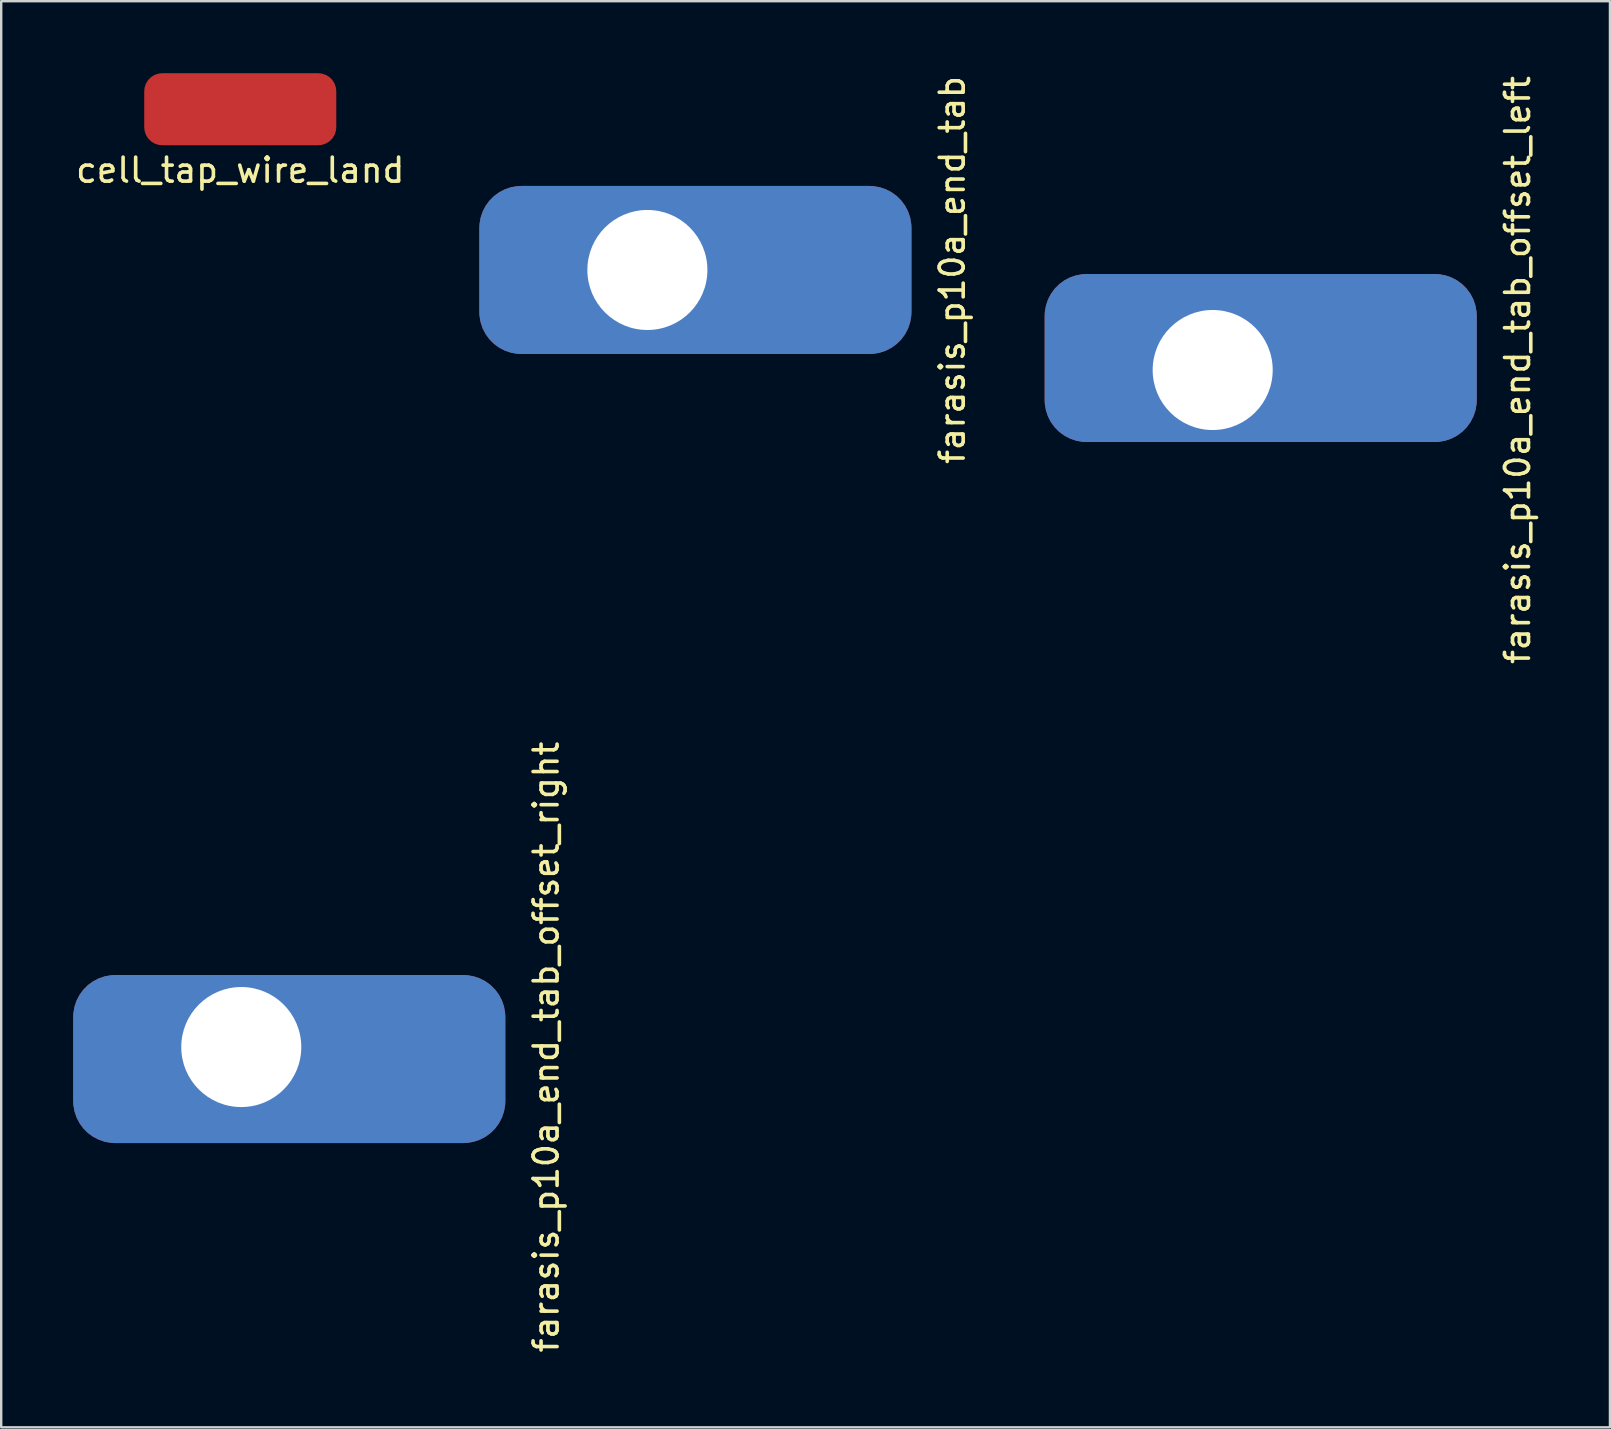
<source format=kicad_pcb>
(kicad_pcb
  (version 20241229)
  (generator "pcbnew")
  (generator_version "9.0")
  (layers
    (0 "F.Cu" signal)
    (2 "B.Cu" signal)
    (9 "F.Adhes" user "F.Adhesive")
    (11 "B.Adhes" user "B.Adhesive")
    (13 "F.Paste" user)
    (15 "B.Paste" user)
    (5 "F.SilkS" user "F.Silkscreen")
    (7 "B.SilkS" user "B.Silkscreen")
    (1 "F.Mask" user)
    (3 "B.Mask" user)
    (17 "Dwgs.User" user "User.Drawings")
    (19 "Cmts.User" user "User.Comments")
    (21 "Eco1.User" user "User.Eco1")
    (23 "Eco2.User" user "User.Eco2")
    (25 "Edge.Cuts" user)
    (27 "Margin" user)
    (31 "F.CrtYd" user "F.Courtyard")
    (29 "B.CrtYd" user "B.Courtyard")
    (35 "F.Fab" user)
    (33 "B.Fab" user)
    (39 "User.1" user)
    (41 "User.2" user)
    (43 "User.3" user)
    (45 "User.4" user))
  (footprint "farasis_p10a_end_tab_offset_left"
    (layer "F.Cu")
    (at 47.465 12.363)
    (property "Reference" "farasis_p10a_end_tab_offset_left" (at 12.7 0 90) (layer "F.SilkS") (effects (font (size 1 1) (thickness 0.15))))
    (attr through_hole)
    (pad "1" thru_hole roundrect (at 0 0) (size 18 7) (drill 5 (offset 2 -0.5)) (layers "*.Cu" "*.Mask") (roundrect_rratio 0.25)))
  (footprint "farasis_p10a_end_tab_offset_right"
    (layer "F.Cu")
    (at 7 40.565)
    (property "Reference" "farasis_p10a_end_tab_offset_right" (at 12.7 0 90) (layer "F.SilkS") (effects (font (size 1 1) (thickness 0.15))))
    (attr through_hole)
    (pad "1" thru_hole roundrect (at 0 0) (size 18 7) (drill 5 (offset 2 0.5)) (layers "*.Cu" "*.Mask") (roundrect_rratio 0.25)))
  (footprint "cell_tap_wire_land"
    (layer "F.Cu")
    (at 6.958 1.5)
    (property "Reference" "cell_tap_wire_land" (at 0 2.54 0) (layer "F.SilkS") (effects (font (size 1 1) (thickness 0.15))))
    (attr through_hole)
    (pad "1" smd roundrect (at 0 0) (size 8 3) (layers "F.Cu" "F.Mask" "F.Paste") (roundrect_rratio 0.25)))
  (footprint "farasis_p10a_end_tab"
    (layer "F.Cu")
    (at 23.917 8.196)
    (property "Reference" "farasis_p10a_end_tab" (at 12.7 0 90) (layer "F.SilkS") (effects (font (size 1 1) (thickness 0.15))))
    (attr through_hole)
    (pad "1" thru_hole roundrect (at 0 0) (size 18 7) (drill 5 (offset 2 0)) (layers "*.Cu" "*.Mask") (roundrect_rratio 0.25)))
  (gr_rect
    (start -3 -3)
    (end 64.013 56.405)
    (stroke (width 0.1) (type default))
    (fill no)
    (layer "Edge.Cuts")))
</source>
